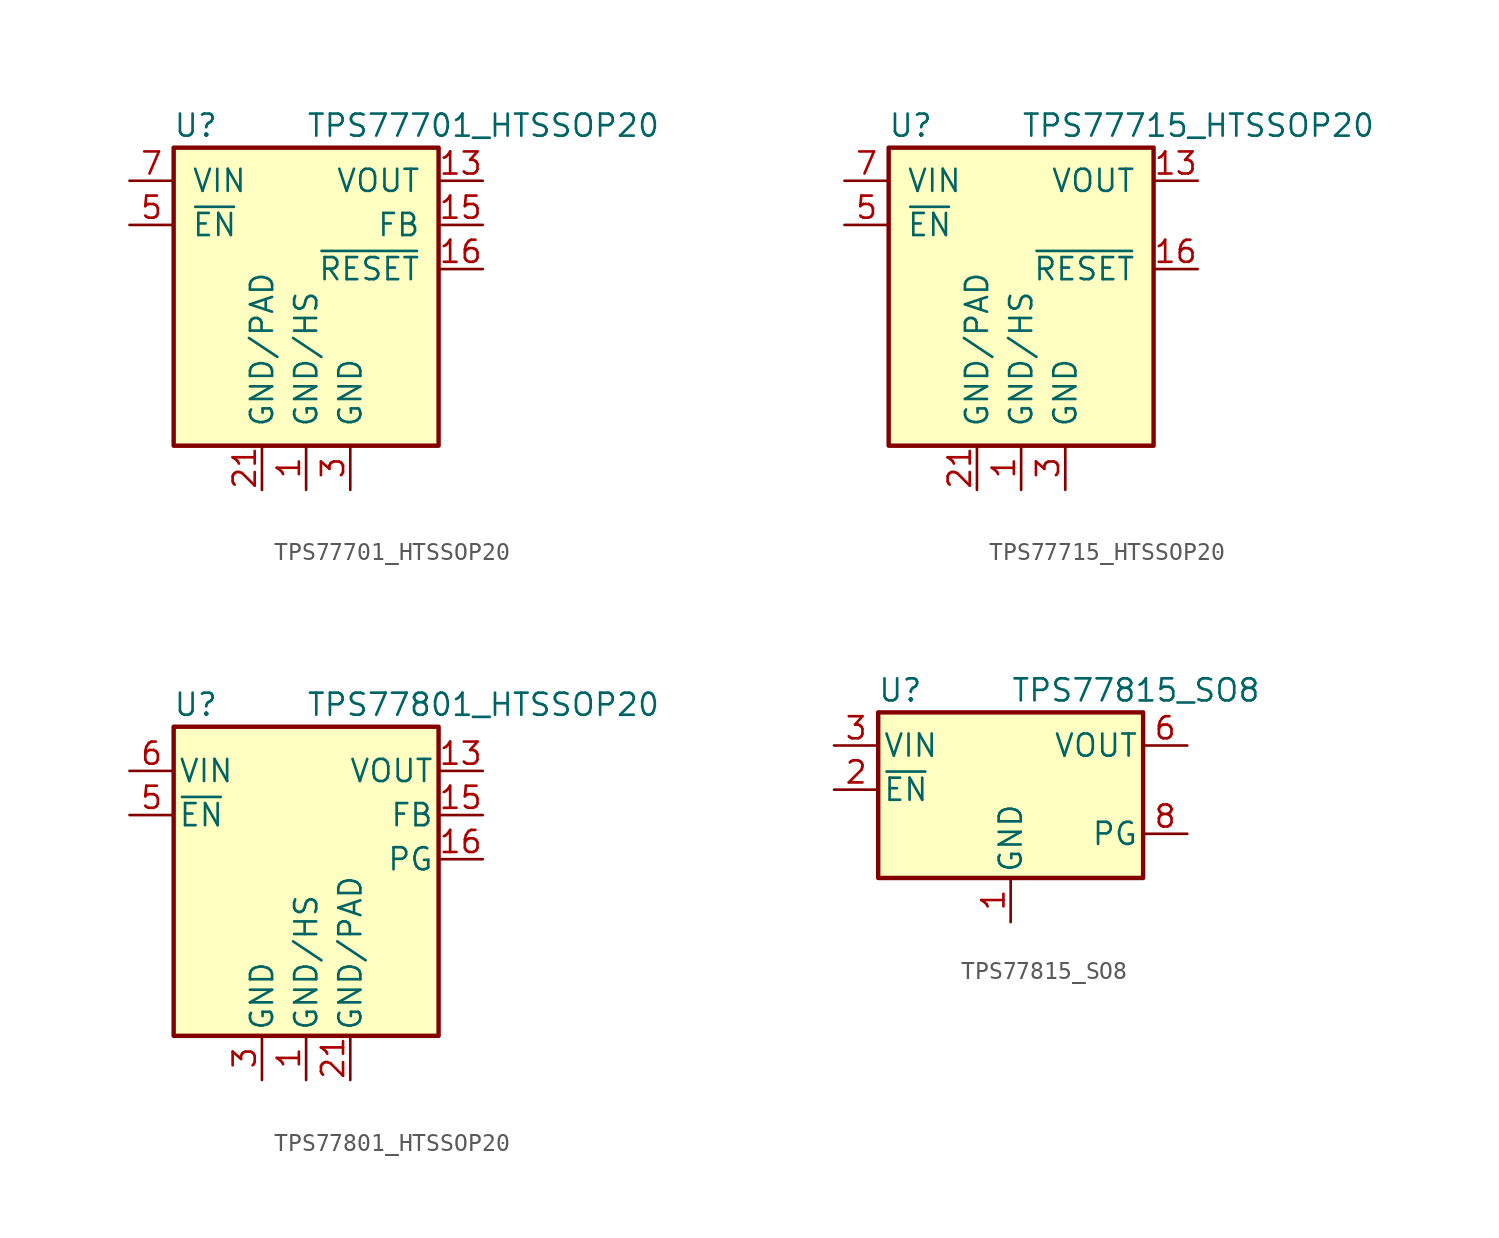
<source format=kicad_sym>
(kicad_symbol_lib
  (version 20200908)
  (generator kicad_symbol_editor)
  (symbol "Regulator_Linear:TPS77701_HTSSOP20"
    (pin_names
      (offset 1.016))
    (property "Reference" "U"
      (at -6.35 5.715 0)
      (effects (font (size 1.27 1.27))))
    (property "Value" "TPS77701_HTSSOP20"
      (at 0 5.715 0)
      (effects (font (size 1.27 1.27)) (justify left)))
    (symbol "TPS77701_HTSSOP20_0_1"
      (rectangle (start -7.62 4.445) (end 7.62 -12.7) (stroke (width 0.254)) (fill (type background))))
    (symbol "TPS77701_HTSSOP20_1_1"
      (pin power_in line (at 0 -15.24 90) (length 2.54) (name "GND/HS" (effects (font (size 1.27 1.27)))) (number "1" (effects (font (size 1.27 1.27)))))
      (pin passive line (at 0 -15.24 90) (length 2.54) hide (name "GND/HS" (effects (font (size 1.27 1.27)))) (number "10" (effects (font (size 1.27 1.27)))))
      (pin passive line (at 0 -15.24 90) (length 2.54) hide (name "GND/HS" (effects (font (size 1.27 1.27)))) (number "11" (effects (font (size 1.27 1.27)))))
      (pin passive line (at 0 -15.24 90) (length 2.54) hide (name "GND/HS" (effects (font (size 1.27 1.27)))) (number "12" (effects (font (size 1.27 1.27)))))
      (pin power_out line (at 10.16 2.54 180) (length 2.54) (name "VOUT" (effects (font (size 1.27 1.27)))) (number "13" (effects (font (size 1.27 1.27)))))
      (pin passive line (at 10.16 2.54 180) (length 2.54) hide (name "VOUT" (effects (font (size 1.27 1.27)))) (number "14" (effects (font (size 1.27 1.27)))))
      (pin passive line (at 10.16 0 180) (length 2.54) (name "FB" (effects (font (size 1.27 1.27)))) (number "15" (effects (font (size 1.27 1.27)))))
      (pin open_collector line (at 10.16 -2.54 180) (length 2.54) (name "~RESET~" (effects (font (size 1.27 1.27)))) (number "16" (effects (font (size 1.27 1.27)))))
      (pin unconnected line (at 10.16 -5.08 180) (length 2.54) hide (name "NC" (effects (font (size 1.27 1.27)))) (number "17" (effects (font (size 1.27 1.27)))))
      (pin unconnected line (at 10.16 -7.62 180) (length 2.54) hide (name "NC" (effects (font (size 1.27 1.27)))) (number "18" (effects (font (size 1.27 1.27)))))
      (pin passive line (at 0 -15.24 90) (length 2.54) hide (name "GND/HS" (effects (font (size 1.27 1.27)))) (number "19" (effects (font (size 1.27 1.27)))))
      (pin passive line (at 0 -15.24 90) (length 2.54) hide (name "GND/HS" (effects (font (size 1.27 1.27)))) (number "2" (effects (font (size 1.27 1.27)))))
      (pin passive line (at 0 -15.24 90) (length 2.54) hide (name "GND/HS" (effects (font (size 1.27 1.27)))) (number "20" (effects (font (size 1.27 1.27)))))
      (pin power_in line (at -2.54 -15.24 90) (length 2.54) (name "GND/PAD" (effects (font (size 1.27 1.27)))) (number "21" (effects (font (size 1.27 1.27)))))
      (pin power_in line (at 2.54 -15.24 90) (length 2.54) (name "GND" (effects (font (size 1.27 1.27)))) (number "3" (effects (font (size 1.27 1.27)))))
      (pin unconnected line (at -10.16 -2.54 0) (length 2.54) hide (name "NC" (effects (font (size 1.27 1.27)))) (number "4" (effects (font (size 1.27 1.27)))))
      (pin input line (at -10.16 0 0) (length 2.54) (name "~EN~" (effects (font (size 1.27 1.27)))) (number "5" (effects (font (size 1.27 1.27)))))
      (pin passive line (at -10.16 2.54 0) (length 2.54) hide (name "VIN" (effects (font (size 1.27 1.27)))) (number "6" (effects (font (size 1.27 1.27)))))
      (pin power_in line (at -10.16 2.54 0) (length 2.54) (name "VIN" (effects (font (size 1.27 1.27)))) (number "7" (effects (font (size 1.27 1.27)))))
      (pin unconnected line (at -10.16 -5.08 0) (length 2.54) hide (name "NC" (effects (font (size 1.27 1.27)))) (number "8" (effects (font (size 1.27 1.27)))))
      (pin passive line (at 0 -15.24 90) (length 2.54) hide (name "GND/HS" (effects (font (size 1.27 1.27)))) (number "9" (effects (font (size 1.27 1.27)))))))
  (symbol "Regulator_Linear:TPS77715_HTSSOP20"
    (pin_names
      (offset 1.016))
    (property "Reference" "U"
      (at -6.35 5.715 0)
      (effects (font (size 1.27 1.27))))
    (property "Value" "TPS77715_HTSSOP20"
      (at 0 5.715 0)
      (effects (font (size 1.27 1.27)) (justify left)))
    (symbol "TPS77715_HTSSOP20_0_1"
      (rectangle (start -7.62 4.445) (end 7.62 -12.7) (stroke (width 0.254)) (fill (type background))))
    (symbol "TPS77715_HTSSOP20_1_1"
      (pin power_in line (at 0 -15.24 90) (length 2.54) (name "GND/HS" (effects (font (size 1.27 1.27)))) (number "1" (effects (font (size 1.27 1.27)))))
      (pin passive line (at 0 -15.24 90) (length 2.54) hide (name "GND/HS" (effects (font (size 1.27 1.27)))) (number "10" (effects (font (size 1.27 1.27)))))
      (pin passive line (at 0 -15.24 90) (length 2.54) hide (name "GND/HS" (effects (font (size 1.27 1.27)))) (number "11" (effects (font (size 1.27 1.27)))))
      (pin passive line (at 0 -15.24 90) (length 2.54) hide (name "GND/HS" (effects (font (size 1.27 1.27)))) (number "12" (effects (font (size 1.27 1.27)))))
      (pin power_out line (at 10.16 2.54 180) (length 2.54) (name "VOUT" (effects (font (size 1.27 1.27)))) (number "13" (effects (font (size 1.27 1.27)))))
      (pin passive line (at 10.16 2.54 180) (length 2.54) hide (name "VOUT" (effects (font (size 1.27 1.27)))) (number "14" (effects (font (size 1.27 1.27)))))
      (pin unconnected line (at 10.16 0 180) (length 2.54) hide (name "NC" (effects (font (size 1.27 1.27)))) (number "15" (effects (font (size 1.27 1.27)))))
      (pin open_collector line (at 10.16 -2.54 180) (length 2.54) (name "~RESET~" (effects (font (size 1.27 1.27)))) (number "16" (effects (font (size 1.27 1.27)))))
      (pin unconnected line (at 10.16 -5.08 180) (length 2.54) hide (name "NC" (effects (font (size 1.27 1.27)))) (number "17" (effects (font (size 1.27 1.27)))))
      (pin unconnected line (at 10.16 -7.62 180) (length 2.54) hide (name "NC" (effects (font (size 1.27 1.27)))) (number "18" (effects (font (size 1.27 1.27)))))
      (pin passive line (at 0 -15.24 90) (length 2.54) hide (name "GND/HS" (effects (font (size 1.27 1.27)))) (number "19" (effects (font (size 1.27 1.27)))))
      (pin passive line (at 0 -15.24 90) (length 2.54) hide (name "GND/HS" (effects (font (size 1.27 1.27)))) (number "2" (effects (font (size 1.27 1.27)))))
      (pin passive line (at 0 -15.24 90) (length 2.54) hide (name "GND/HS" (effects (font (size 1.27 1.27)))) (number "20" (effects (font (size 1.27 1.27)))))
      (pin power_in line (at -2.54 -15.24 90) (length 2.54) (name "GND/PAD" (effects (font (size 1.27 1.27)))) (number "21" (effects (font (size 1.27 1.27)))))
      (pin power_in line (at 2.54 -15.24 90) (length 2.54) (name "GND" (effects (font (size 1.27 1.27)))) (number "3" (effects (font (size 1.27 1.27)))))
      (pin unconnected line (at -10.16 -2.54 0) (length 2.54) hide (name "NC" (effects (font (size 1.27 1.27)))) (number "4" (effects (font (size 1.27 1.27)))))
      (pin input line (at -10.16 0 0) (length 2.54) (name "~EN~" (effects (font (size 1.27 1.27)))) (number "5" (effects (font (size 1.27 1.27)))))
      (pin passive line (at -10.16 2.54 0) (length 2.54) hide (name "VIN" (effects (font (size 1.27 1.27)))) (number "6" (effects (font (size 1.27 1.27)))))
      (pin power_in line (at -10.16 2.54 0) (length 2.54) (name "VIN" (effects (font (size 1.27 1.27)))) (number "7" (effects (font (size 1.27 1.27)))))
      (pin unconnected line (at -10.16 -5.08 0) (length 2.54) hide (name "NC" (effects (font (size 1.27 1.27)))) (number "8" (effects (font (size 1.27 1.27)))))
      (pin passive line (at 0 -15.24 90) (length 2.54) hide (name "GND/HS" (effects (font (size 1.27 1.27)))) (number "9" (effects (font (size 1.27 1.27)))))))
  (symbol "Regulator_Linear:TPS77801_HTSSOP20"
    (pin_names
      (offset 0.254))
    (property "Reference" "U"
      (at -6.35 8.89 0)
      (effects (font (size 1.27 1.27))))
    (property "Value" "TPS77801_HTSSOP20"
      (at 0 8.89 0)
      (effects (font (size 1.27 1.27)) (justify left)))
    (symbol "TPS77801_HTSSOP20_0_1"
      (rectangle (start -7.62 7.62) (end 7.62 -10.16) (stroke (width 0.254)) (fill (type background))))
    (symbol "TPS77801_HTSSOP20_1_1"
      (pin power_in line (at 0 -12.7 90) (length 2.54) (name "GND/HS" (effects (font (size 1.27 1.27)))) (number "1" (effects (font (size 1.27 1.27)))))
      (pin passive line (at 0 -12.7 90) (length 2.54) hide (name "GND/HS" (effects (font (size 1.27 1.27)))) (number "10" (effects (font (size 1.27 1.27)))))
      (pin passive line (at 0 -12.7 90) (length 2.54) hide (name "GND/HS" (effects (font (size 1.27 1.27)))) (number "11" (effects (font (size 1.27 1.27)))))
      (pin passive line (at 0 -12.7 90) (length 2.54) hide (name "GND/HS" (effects (font (size 1.27 1.27)))) (number "12" (effects (font (size 1.27 1.27)))))
      (pin power_out line (at 10.16 5.08 180) (length 2.54) (name "VOUT" (effects (font (size 1.27 1.27)))) (number "13" (effects (font (size 1.27 1.27)))))
      (pin passive line (at 10.16 5.08 180) (length 2.54) hide (name "VOUT" (effects (font (size 1.27 1.27)))) (number "14" (effects (font (size 1.27 1.27)))))
      (pin passive line (at 10.16 2.54 180) (length 2.54) (name "FB" (effects (font (size 1.27 1.27)))) (number "15" (effects (font (size 1.27 1.27)))))
      (pin open_collector line (at 10.16 0 180) (length 2.54) (name "PG" (effects (font (size 1.27 1.27)))) (number "16" (effects (font (size 1.27 1.27)))))
      (pin unconnected line (at 10.16 -2.54 180) (length 2.54) hide (name "NC" (effects (font (size 1.27 1.27)))) (number "17" (effects (font (size 1.27 1.27)))))
      (pin unconnected line (at 10.16 -5.08 180) (length 2.54) hide (name "NC" (effects (font (size 1.27 1.27)))) (number "18" (effects (font (size 1.27 1.27)))))
      (pin passive line (at 0 -12.7 90) (length 2.54) hide (name "GND/HS" (effects (font (size 1.27 1.27)))) (number "19" (effects (font (size 1.27 1.27)))))
      (pin passive line (at 0 -12.7 90) (length 2.54) hide (name "GND/HS" (effects (font (size 1.27 1.27)))) (number "2" (effects (font (size 1.27 1.27)))))
      (pin passive line (at 0 -12.7 90) (length 2.54) hide (name "GND/HS" (effects (font (size 1.27 1.27)))) (number "20" (effects (font (size 1.27 1.27)))))
      (pin power_in line (at 2.54 -12.7 90) (length 2.54) (name "GND/PAD" (effects (font (size 1.27 1.27)))) (number "21" (effects (font (size 1.27 1.27)))))
      (pin power_in line (at -2.54 -12.7 90) (length 2.54) (name "GND" (effects (font (size 1.27 1.27)))) (number "3" (effects (font (size 1.27 1.27)))))
      (pin unconnected line (at -10.16 0 0) (length 2.54) hide (name "NC" (effects (font (size 1.27 1.27)))) (number "4" (effects (font (size 1.27 1.27)))))
      (pin input line (at -10.16 2.54 0) (length 2.54) (name "~EN~" (effects (font (size 1.27 1.27)))) (number "5" (effects (font (size 1.27 1.27)))))
      (pin power_in line (at -10.16 5.08 0) (length 2.54) (name "VIN" (effects (font (size 1.27 1.27)))) (number "6" (effects (font (size 1.27 1.27)))))
      (pin passive line (at -10.16 5.08 0) (length 2.54) hide (name "VIN" (effects (font (size 1.27 1.27)))) (number "7" (effects (font (size 1.27 1.27)))))
      (pin unconnected line (at -10.16 -2.54 0) (length 2.54) hide (name "NC" (effects (font (size 1.27 1.27)))) (number "8" (effects (font (size 1.27 1.27)))))
      (pin passive line (at 0 -12.7 90) (length 2.54) hide (name "GND/HS" (effects (font (size 1.27 1.27)))) (number "9" (effects (font (size 1.27 1.27)))))))
  (symbol "Regulator_Linear:TPS77815_SO8"
    (pin_names
      (offset 0.254))
    (property "Reference" "U"
      (at -6.35 5.715 0)
      (effects (font (size 1.27 1.27))))
    (property "Value" "TPS77815_SO8"
      (at 0 5.715 0)
      (effects (font (size 1.27 1.27)) (justify left)))
    (symbol "TPS77815_SO8_0_1"
      (rectangle (start -7.62 4.445) (end 7.62 -5.08) (stroke (width 0.254)) (fill (type background))))
    (symbol "TPS77815_SO8_1_1"
      (pin power_in line (at 0 -7.62 90) (length 2.54) (name "GND" (effects (font (size 1.27 1.27)))) (number "1" (effects (font (size 1.27 1.27)))))
      (pin input line (at -10.16 0 0) (length 2.54) (name "~EN~" (effects (font (size 1.27 1.27)))) (number "2" (effects (font (size 1.27 1.27)))))
      (pin power_in line (at -10.16 2.54 0) (length 2.54) (name "VIN" (effects (font (size 1.27 1.27)))) (number "3" (effects (font (size 1.27 1.27)))))
      (pin passive line (at -10.16 2.54 0) (length 2.54) hide (name "VIN" (effects (font (size 1.27 1.27)))) (number "4" (effects (font (size 1.27 1.27)))))
      (pin passive line (at 10.16 2.54 180) (length 2.54) hide (name "VOUT" (effects (font (size 1.27 1.27)))) (number "5" (effects (font (size 1.27 1.27)))))
      (pin power_out line (at 10.16 2.54 180) (length 2.54) (name "VOUT" (effects (font (size 1.27 1.27)))) (number "6" (effects (font (size 1.27 1.27)))))
      (pin unconnected line (at 10.16 0 180) (length 2.54) hide (name "NC" (effects (font (size 1.27 1.27)))) (number "7" (effects (font (size 1.27 1.27)))))
      (pin open_collector line (at 10.16 -2.54 180) (length 2.54) (name "PG" (effects (font (size 1.27 1.27)))) (number "8" (effects (font (size 1.27 1.27))))))))
</source>
